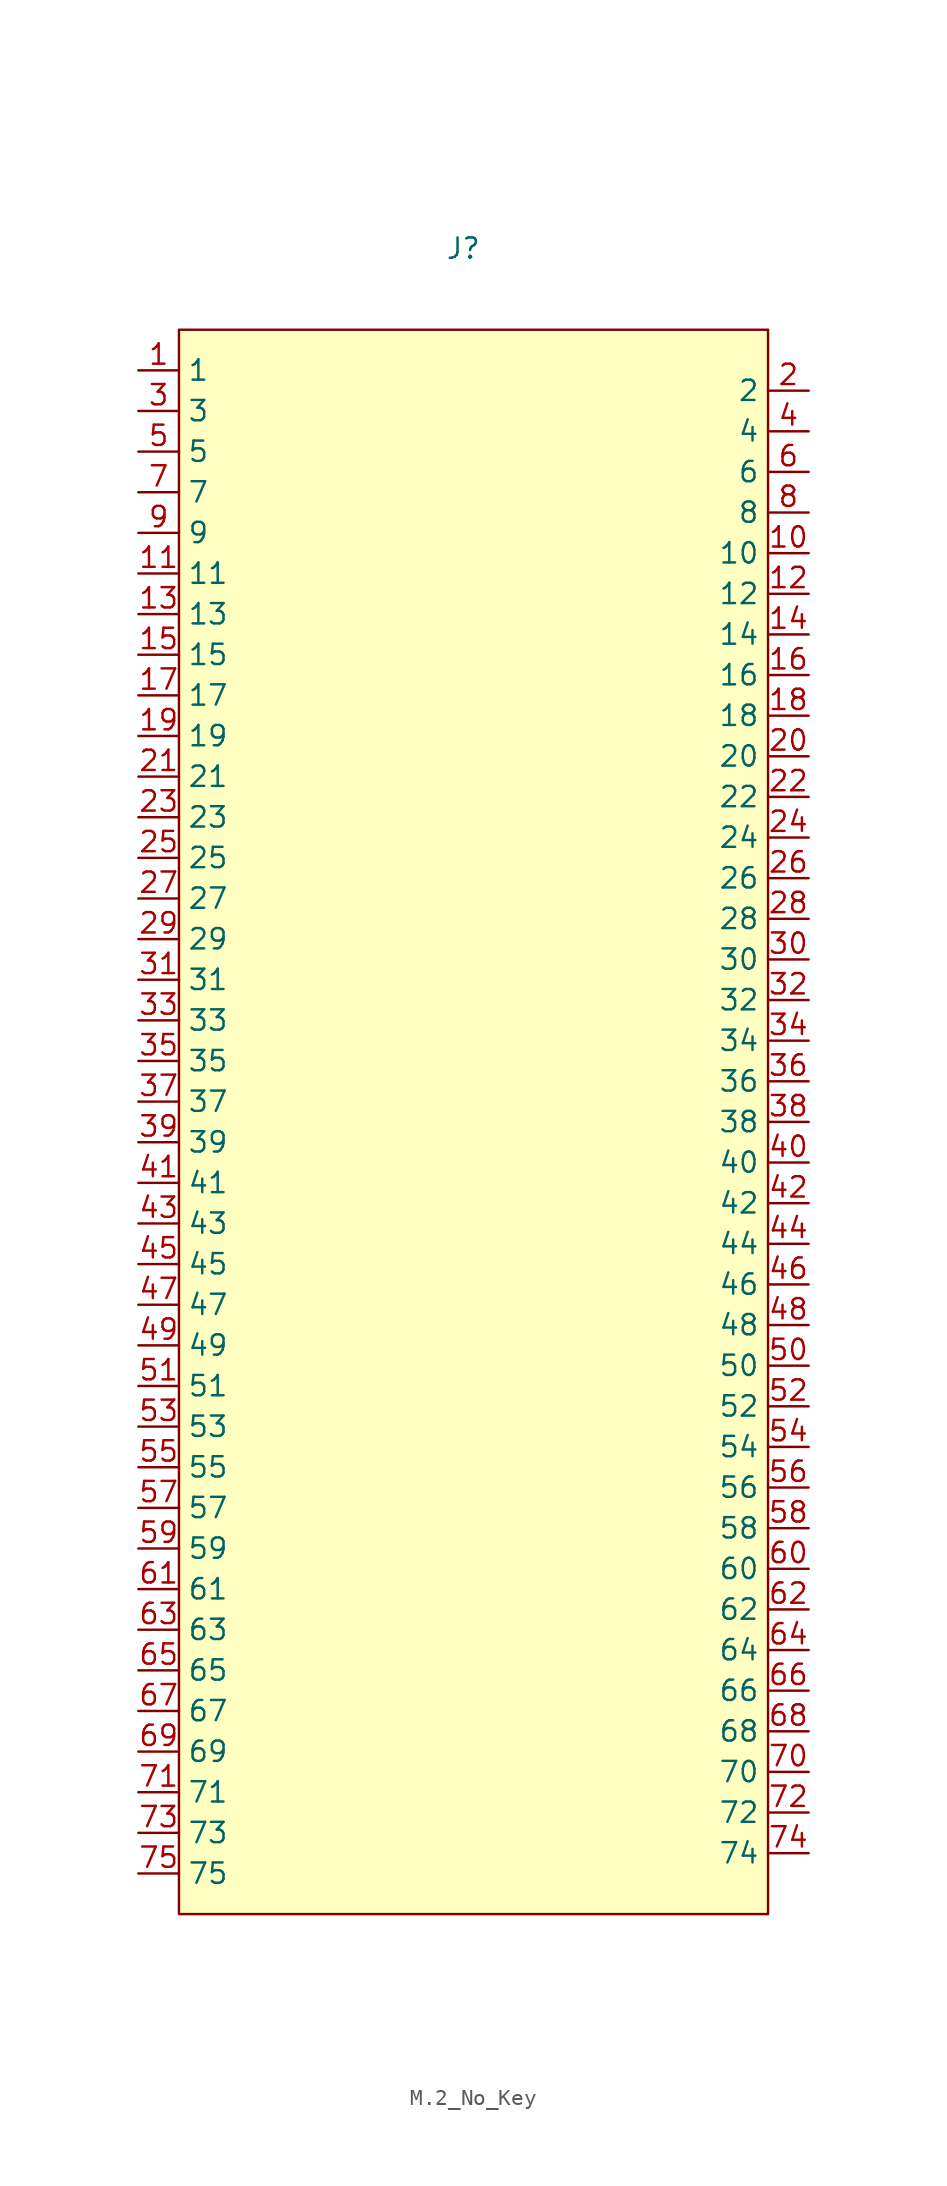
<source format=kicad_sym>
(kicad_symbol_lib
  (version 20241209)
  (generator "kicad_symbol_editor")
  (generator_version "9.0")
  (symbol "M.2_No_Key"
    (property "Reference" "J"
      (at 0 0 0)
      (effects (font (size 1.27 1.27))))
    (property "Value" ""
      (at 0 0 0)
      (effects (font (size 1.27 1.27))))
    (symbol "M.2_No_Key_0_1"
      (rectangle (start -17.78 -5.08) (end 19.05 -104.14) (stroke (width 0) (type default)) (fill (type background))))
    (symbol "M.2_No_Key_1_1"
      (pin unspecified line (at -20.32 -7.62 0) (length 2.54) (name "1" (effects (font (size 1.27 1.27)))) (number "1" (effects (font (size 1.27 1.27)))))
      (pin unspecified line (at -20.32 -10.16 0) (length 2.54) (name "3" (effects (font (size 1.27 1.27)))) (number "3" (effects (font (size 1.27 1.27)))))
      (pin unspecified line (at -20.32 -12.7 0) (length 2.54) (name "5" (effects (font (size 1.27 1.27)))) (number "5" (effects (font (size 1.27 1.27)))))
      (pin unspecified line (at -20.32 -15.24 0) (length 2.54) (name "7" (effects (font (size 1.27 1.27)))) (number "7" (effects (font (size 1.27 1.27)))))
      (pin unspecified line (at -20.32 -17.78 0) (length 2.54) (name "9" (effects (font (size 1.27 1.27)))) (number "9" (effects (font (size 1.27 1.27)))))
      (pin unspecified line (at -20.32 -20.32 0) (length 2.54) (name "11" (effects (font (size 1.27 1.27)))) (number "11" (effects (font (size 1.27 1.27)))))
      (pin unspecified line (at -20.32 -22.86 0) (length 2.54) (name "13" (effects (font (size 1.27 1.27)))) (number "13" (effects (font (size 1.27 1.27)))))
      (pin unspecified line (at -20.32 -25.4 0) (length 2.54) (name "15" (effects (font (size 1.27 1.27)))) (number "15" (effects (font (size 1.27 1.27)))))
      (pin unspecified line (at -20.32 -27.94 0) (length 2.54) (name "17" (effects (font (size 1.27 1.27)))) (number "17" (effects (font (size 1.27 1.27)))))
      (pin unspecified line (at -20.32 -30.48 0) (length 2.54) (name "19" (effects (font (size 1.27 1.27)))) (number "19" (effects (font (size 1.27 1.27)))))
      (pin unspecified line (at -20.32 -33.02 0) (length 2.54) (name "21" (effects (font (size 1.27 1.27)))) (number "21" (effects (font (size 1.27 1.27)))))
      (pin unspecified line (at -20.32 -35.56 0) (length 2.54) (name "23" (effects (font (size 1.27 1.27)))) (number "23" (effects (font (size 1.27 1.27)))))
      (pin unspecified line (at -20.32 -38.1 0) (length 2.54) (name "25" (effects (font (size 1.27 1.27)))) (number "25" (effects (font (size 1.27 1.27)))))
      (pin unspecified line (at -20.32 -40.64 0) (length 2.54) (name "27" (effects (font (size 1.27 1.27)))) (number "27" (effects (font (size 1.27 1.27)))))
      (pin unspecified line (at -20.32 -43.18 0) (length 2.54) (name "29" (effects (font (size 1.27 1.27)))) (number "29" (effects (font (size 1.27 1.27)))))
      (pin unspecified line (at -20.32 -45.72 0) (length 2.54) (name "31" (effects (font (size 1.27 1.27)))) (number "31" (effects (font (size 1.27 1.27)))))
      (pin unspecified line (at -20.32 -48.26 0) (length 2.54) (name "33" (effects (font (size 1.27 1.27)))) (number "33" (effects (font (size 1.27 1.27)))))
      (pin unspecified line (at -20.32 -50.8 0) (length 2.54) (name "35" (effects (font (size 1.27 1.27)))) (number "35" (effects (font (size 1.27 1.27)))))
      (pin unspecified line (at -20.32 -53.34 0) (length 2.54) (name "37" (effects (font (size 1.27 1.27)))) (number "37" (effects (font (size 1.27 1.27)))))
      (pin unspecified line (at -20.32 -55.88 0) (length 2.54) (name "39" (effects (font (size 1.27 1.27)))) (number "39" (effects (font (size 1.27 1.27)))))
      (pin unspecified line (at -20.32 -58.42 0) (length 2.54) (name "41" (effects (font (size 1.27 1.27)))) (number "41" (effects (font (size 1.27 1.27)))))
      (pin unspecified line (at -20.32 -60.96 0) (length 2.54) (name "43" (effects (font (size 1.27 1.27)))) (number "43" (effects (font (size 1.27 1.27)))))
      (pin unspecified line (at -20.32 -63.5 0) (length 2.54) (name "45" (effects (font (size 1.27 1.27)))) (number "45" (effects (font (size 1.27 1.27)))))
      (pin unspecified line (at -20.32 -66.04 0) (length 2.54) (name "47" (effects (font (size 1.27 1.27)))) (number "47" (effects (font (size 1.27 1.27)))))
      (pin unspecified line (at -20.32 -68.58 0) (length 2.54) (name "49" (effects (font (size 1.27 1.27)))) (number "49" (effects (font (size 1.27 1.27)))))
      (pin unspecified line (at -20.32 -71.12 0) (length 2.54) (name "51" (effects (font (size 1.27 1.27)))) (number "51" (effects (font (size 1.27 1.27)))))
      (pin unspecified line (at -20.32 -73.66 0) (length 2.54) (name "53" (effects (font (size 1.27 1.27)))) (number "53" (effects (font (size 1.27 1.27)))))
      (pin unspecified line (at -20.32 -76.2 0) (length 2.54) (name "55" (effects (font (size 1.27 1.27)))) (number "55" (effects (font (size 1.27 1.27)))))
      (pin unspecified line (at -20.32 -78.74 0) (length 2.54) (name "57" (effects (font (size 1.27 1.27)))) (number "57" (effects (font (size 1.27 1.27)))))
      (pin unspecified line (at -20.32 -81.28 0) (length 2.54) (name "59" (effects (font (size 1.27 1.27)))) (number "59" (effects (font (size 1.27 1.27)))))
      (pin unspecified line (at -20.32 -83.82 0) (length 2.54) (name "61" (effects (font (size 1.27 1.27)))) (number "61" (effects (font (size 1.27 1.27)))))
      (pin unspecified line (at -20.32 -86.36 0) (length 2.54) (name "63" (effects (font (size 1.27 1.27)))) (number "63" (effects (font (size 1.27 1.27)))))
      (pin unspecified line (at -20.32 -88.9 0) (length 2.54) (name "65" (effects (font (size 1.27 1.27)))) (number "65" (effects (font (size 1.27 1.27)))))
      (pin unspecified line (at -20.32 -91.44 0) (length 2.54) (name "67" (effects (font (size 1.27 1.27)))) (number "67" (effects (font (size 1.27 1.27)))))
      (pin unspecified line (at -20.32 -93.98 0) (length 2.54) (name "69" (effects (font (size 1.27 1.27)))) (number "69" (effects (font (size 1.27 1.27)))))
      (pin unspecified line (at -20.32 -96.52 0) (length 2.54) (name "71" (effects (font (size 1.27 1.27)))) (number "71" (effects (font (size 1.27 1.27)))))
      (pin unspecified line (at -20.32 -99.06 0) (length 2.54) (name "73" (effects (font (size 1.27 1.27)))) (number "73" (effects (font (size 1.27 1.27)))))
      (pin unspecified line (at -20.32 -101.6 0) (length 2.54) (name "75" (effects (font (size 1.27 1.27)))) (number "75" (effects (font (size 1.27 1.27)))))
      (pin unspecified line (at 21.59 -8.89 180) (length 2.54) (name "2" (effects (font (size 1.27 1.27)))) (number "2" (effects (font (size 1.27 1.27)))))
      (pin unspecified line (at 21.59 -11.43 180) (length 2.54) (name "4" (effects (font (size 1.27 1.27)))) (number "4" (effects (font (size 1.27 1.27)))))
      (pin unspecified line (at 21.59 -13.97 180) (length 2.54) (name "6" (effects (font (size 1.27 1.27)))) (number "6" (effects (font (size 1.27 1.27)))))
      (pin unspecified line (at 21.59 -16.51 180) (length 2.54) (name "8" (effects (font (size 1.27 1.27)))) (number "8" (effects (font (size 1.27 1.27)))))
      (pin unspecified line (at 21.59 -19.05 180) (length 2.54) (name "10" (effects (font (size 1.27 1.27)))) (number "10" (effects (font (size 1.27 1.27)))))
      (pin unspecified line (at 21.59 -21.59 180) (length 2.54) (name "12" (effects (font (size 1.27 1.27)))) (number "12" (effects (font (size 1.27 1.27)))))
      (pin unspecified line (at 21.59 -24.13 180) (length 2.54) (name "14" (effects (font (size 1.27 1.27)))) (number "14" (effects (font (size 1.27 1.27)))))
      (pin unspecified line (at 21.59 -26.67 180) (length 2.54) (name "16" (effects (font (size 1.27 1.27)))) (number "16" (effects (font (size 1.27 1.27)))))
      (pin unspecified line (at 21.59 -29.21 180) (length 2.54) (name "18" (effects (font (size 1.27 1.27)))) (number "18" (effects (font (size 1.27 1.27)))))
      (pin unspecified line (at 21.59 -31.75 180) (length 2.54) (name "20" (effects (font (size 1.27 1.27)))) (number "20" (effects (font (size 1.27 1.27)))))
      (pin unspecified line (at 21.59 -34.29 180) (length 2.54) (name "22" (effects (font (size 1.27 1.27)))) (number "22" (effects (font (size 1.27 1.27)))))
      (pin unspecified line (at 21.59 -36.83 180) (length 2.54) (name "24" (effects (font (size 1.27 1.27)))) (number "24" (effects (font (size 1.27 1.27)))))
      (pin unspecified line (at 21.59 -39.37 180) (length 2.54) (name "26" (effects (font (size 1.27 1.27)))) (number "26" (effects (font (size 1.27 1.27)))))
      (pin unspecified line (at 21.59 -41.91 180) (length 2.54) (name "28" (effects (font (size 1.27 1.27)))) (number "28" (effects (font (size 1.27 1.27)))))
      (pin unspecified line (at 21.59 -44.45 180) (length 2.54) (name "30" (effects (font (size 1.27 1.27)))) (number "30" (effects (font (size 1.27 1.27)))))
      (pin unspecified line (at 21.59 -46.99 180) (length 2.54) (name "32" (effects (font (size 1.27 1.27)))) (number "32" (effects (font (size 1.27 1.27)))))
      (pin unspecified line (at 21.59 -49.53 180) (length 2.54) (name "34" (effects (font (size 1.27 1.27)))) (number "34" (effects (font (size 1.27 1.27)))))
      (pin unspecified line (at 21.59 -52.07 180) (length 2.54) (name "36" (effects (font (size 1.27 1.27)))) (number "36" (effects (font (size 1.27 1.27)))))
      (pin unspecified line (at 21.59 -54.61 180) (length 2.54) (name "38" (effects (font (size 1.27 1.27)))) (number "38" (effects (font (size 1.27 1.27)))))
      (pin unspecified line (at 21.59 -57.15 180) (length 2.54) (name "40" (effects (font (size 1.27 1.27)))) (number "40" (effects (font (size 1.27 1.27)))))
      (pin unspecified line (at 21.59 -59.69 180) (length 2.54) (name "42" (effects (font (size 1.27 1.27)))) (number "42" (effects (font (size 1.27 1.27)))))
      (pin unspecified line (at 21.59 -62.23 180) (length 2.54) (name "44" (effects (font (size 1.27 1.27)))) (number "44" (effects (font (size 1.27 1.27)))))
      (pin unspecified line (at 21.59 -64.77 180) (length 2.54) (name "46" (effects (font (size 1.27 1.27)))) (number "46" (effects (font (size 1.27 1.27)))))
      (pin unspecified line (at 21.59 -67.31 180) (length 2.54) (name "48" (effects (font (size 1.27 1.27)))) (number "48" (effects (font (size 1.27 1.27)))))
      (pin unspecified line (at 21.59 -69.85 180) (length 2.54) (name "50" (effects (font (size 1.27 1.27)))) (number "50" (effects (font (size 1.27 1.27)))))
      (pin unspecified line (at 21.59 -72.39 180) (length 2.54) (name "52" (effects (font (size 1.27 1.27)))) (number "52" (effects (font (size 1.27 1.27)))))
      (pin unspecified line (at 21.59 -74.93 180) (length 2.54) (name "54" (effects (font (size 1.27 1.27)))) (number "54" (effects (font (size 1.27 1.27)))))
      (pin unspecified line (at 21.59 -77.47 180) (length 2.54) (name "56" (effects (font (size 1.27 1.27)))) (number "56" (effects (font (size 1.27 1.27)))))
      (pin unspecified line (at 21.59 -80.01 180) (length 2.54) (name "58" (effects (font (size 1.27 1.27)))) (number "58" (effects (font (size 1.27 1.27)))))
      (pin unspecified line (at 21.59 -82.55 180) (length 2.54) (name "60" (effects (font (size 1.27 1.27)))) (number "60" (effects (font (size 1.27 1.27)))))
      (pin unspecified line (at 21.59 -85.09 180) (length 2.54) (name "62" (effects (font (size 1.27 1.27)))) (number "62" (effects (font (size 1.27 1.27)))))
      (pin unspecified line (at 21.59 -87.63 180) (length 2.54) (name "64" (effects (font (size 1.27 1.27)))) (number "64" (effects (font (size 1.27 1.27)))))
      (pin unspecified line (at 21.59 -90.17 180) (length 2.54) (name "66" (effects (font (size 1.27 1.27)))) (number "66" (effects (font (size 1.27 1.27)))))
      (pin unspecified line (at 21.59 -92.71 180) (length 2.54) (name "68" (effects (font (size 1.27 1.27)))) (number "68" (effects (font (size 1.27 1.27)))))
      (pin unspecified line (at 21.59 -95.25 180) (length 2.54) (name "70" (effects (font (size 1.27 1.27)))) (number "70" (effects (font (size 1.27 1.27)))))
      (pin unspecified line (at 21.59 -97.79 180) (length 2.54) (name "72" (effects (font (size 1.27 1.27)))) (number "72" (effects (font (size 1.27 1.27)))))
      (pin unspecified line (at 21.59 -100.33 180) (length 2.54) (name "74" (effects (font (size 1.27 1.27)))) (number "74" (effects (font (size 1.27 1.27))))))))
</source>
